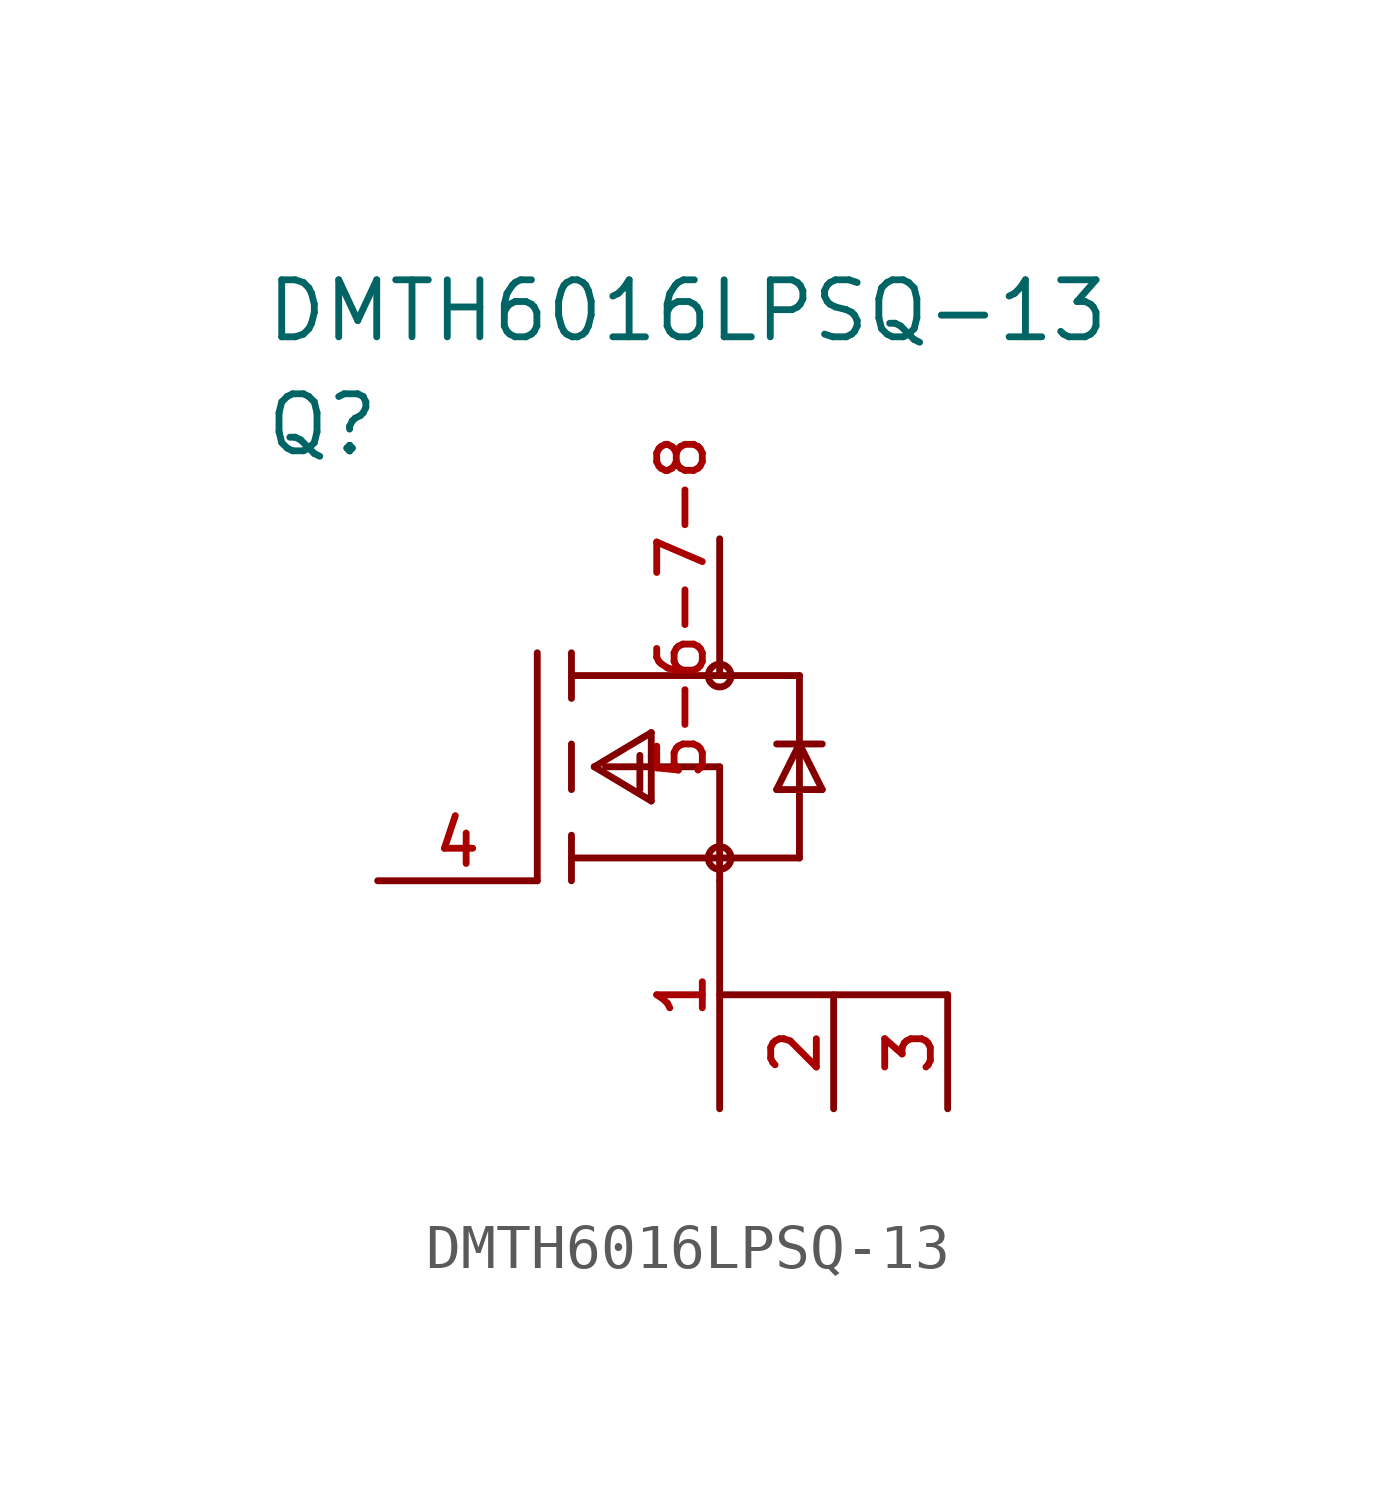
<source format=kicad_sym>
(kicad_symbol_lib
  (version 20231120)
  (generator "kicad_symbol_editor")
  (generator_version "8.0")
  (symbol "DMTH6016LPSQ-13"
    (pin_names
      (offset 1.016))
    (property "Reference" "Q"
      (at 0 10.16 0)
      (effects (font (size 1.27 1.27)) (justify left)))
    (property "Value" "DMTH6016LPSQ-13"
      (at 0 12.7 0)
      (effects (font (size 1.27 1.27)) (justify left)))
    (symbol "DMTH6016LPSQ-13_1_1"
      (polyline (pts (xy 6.096 0) (xy 6.096 5.08)) (stroke (width 0) (type solid)) (fill (type none)))
      (polyline (pts (xy 6.858 0.508) (xy 10.16 0.508)) (stroke (width 0) (type solid)) (fill (type none)))
      (polyline (pts (xy 6.858 1.016) (xy 6.858 0)) (stroke (width 0) (type solid)) (fill (type none)))
      (polyline (pts (xy 6.858 3.048) (xy 6.858 2.032)) (stroke (width 0) (type solid)) (fill (type none)))
      (polyline (pts (xy 6.858 4.064) (xy 6.858 5.08)) (stroke (width 0) (type solid)) (fill (type none)))
      (polyline (pts (xy 6.858 4.572) (xy 10.16 4.572)) (stroke (width 0) (type solid)) (fill (type none)))
      (polyline (pts (xy 7.366 2.54) (xy 8.636 1.778)) (stroke (width 0) (type solid)) (fill (type none)))
      (polyline (pts (xy 7.366 2.54) (xy 8.636 3.302)) (stroke (width 0) (type solid)) (fill (type none)))
      (polyline (pts (xy 7.62 2.54) (xy 10.16 2.54)) (stroke (width 0) (type solid)) (fill (type none)))
      (polyline (pts (xy 8.382 2.794) (xy 8.382 2.032)) (stroke (width 0) (type solid)) (fill (type none)))
      (polyline (pts (xy 8.636 3.302) (xy 8.636 1.778)) (stroke (width 0) (type solid)) (fill (type none)))
      (polyline (pts (xy 10.16 0.508) (xy 11.938 0.508)) (stroke (width 0) (type solid)) (fill (type none)))
      (polyline (pts (xy 10.16 2.54) (xy 10.16 0)) (stroke (width 0) (type solid)) (fill (type none)))
      (polyline (pts (xy 11.43 2.032) (xy 12.446 2.032)) (stroke (width 0) (type solid)) (fill (type none)))
      (polyline (pts (xy 11.938 0.508) (xy 11.938 4.572)) (stroke (width 0) (type solid)) (fill (type none)))
      (polyline (pts (xy 11.938 3.048) (xy 11.43 2.032)) (stroke (width 0) (type solid)) (fill (type none)))
      (polyline (pts (xy 11.938 3.048) (xy 11.43 3.048)) (stroke (width 0) (type solid)) (fill (type none)))
      (polyline (pts (xy 11.938 3.048) (xy 12.446 3.048)) (stroke (width 0) (type solid)) (fill (type none)))
      (polyline (pts (xy 11.938 4.572) (xy 10.16 4.572)) (stroke (width 0) (type solid)) (fill (type none)))
      (polyline (pts (xy 12.446 2.032) (xy 11.938 3.048)) (stroke (width 0) (type solid)) (fill (type none)))
      (polyline (pts (xy 15.24 -2.54) (xy 10.16 -2.54)) (stroke (width 0) (type solid)) (fill (type none)))
      (circle (center 10.16 0.508) (radius 0.254) (stroke (width 0) (type solid)) (fill (type none)))
      (circle (center 10.16 4.572) (radius 0.254) (stroke (width 0) (type solid)) (fill (type none)))
      (pin passive line (at 10.16 -5.08 90) (length 5.08) (name "S" (effects (font (size 0 0)))) (number "1" (effects (font (size 1.016 1.016)))))
      (pin passive line (at 12.7 -5.08 90) (length 2.54) (name "S" (effects (font (size 0 0)))) (number "2" (effects (font (size 1.016 1.016)))))
      (pin passive line (at 15.24 -5.08 90) (length 2.54) (name "S" (effects (font (size 0 0)))) (number "3" (effects (font (size 1.016 1.016)))))
      (pin passive line (at 2.54 0 0) (length 3.556) (name "G" (effects (font (size 0 0)))) (number "4" (effects (font (size 1.016 1.016)))))
      (pin passive line (at 10.16 7.62 270) (length 3.048) (name "D" (effects (font (size 0 0)))) (number "5-6-7-8" (effects (font (size 1.016 1.016))))))))
</source>
